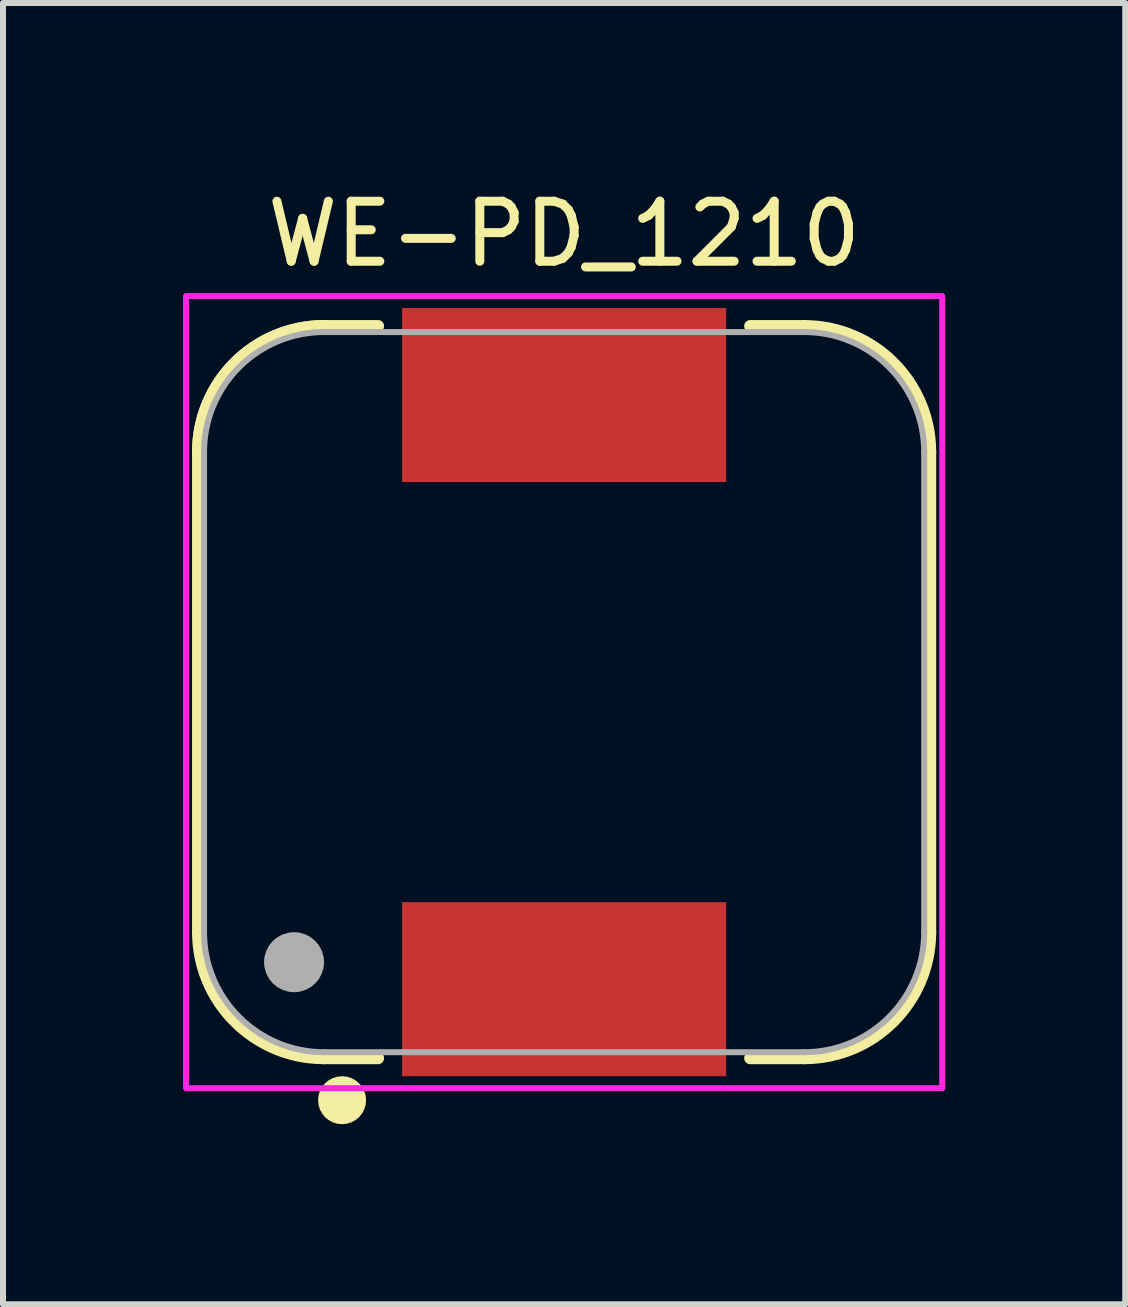
<source format=kicad_pcb>
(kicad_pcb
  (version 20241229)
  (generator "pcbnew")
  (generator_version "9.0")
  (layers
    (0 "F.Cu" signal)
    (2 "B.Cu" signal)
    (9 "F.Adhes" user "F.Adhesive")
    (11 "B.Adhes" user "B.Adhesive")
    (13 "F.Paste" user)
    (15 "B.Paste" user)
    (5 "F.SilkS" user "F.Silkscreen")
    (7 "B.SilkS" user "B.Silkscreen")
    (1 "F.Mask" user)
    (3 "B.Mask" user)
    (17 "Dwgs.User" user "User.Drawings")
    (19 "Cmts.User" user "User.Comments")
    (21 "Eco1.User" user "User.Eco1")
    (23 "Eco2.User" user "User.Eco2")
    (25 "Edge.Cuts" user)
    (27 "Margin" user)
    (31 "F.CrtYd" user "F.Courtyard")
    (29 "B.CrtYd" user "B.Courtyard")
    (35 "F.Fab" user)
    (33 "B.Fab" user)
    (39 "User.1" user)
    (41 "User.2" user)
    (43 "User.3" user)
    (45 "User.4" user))
  (footprint "WE-PD_1210"
    (layer "F.Cu")
    (at 6.35 8.483)
    (property "Reference" "WE-PD_1210" (at 0 -7.635 0) (layer "F.SilkS") (effects (font (size 1 1) (thickness 0.15))))
    (attr smd)
    (fp_line (start -6.1 4) (end -6.1 -4) (stroke (width 0.2) (type solid)) (layer "F.SilkS"))
    (fp_line (start -4 -6.1) (end -3.1 -6.1) (stroke (width 0.2) (type solid)) (layer "F.SilkS"))
    (fp_line (start -3.1 6.1) (end -4 6.1) (stroke (width 0.2) (type solid)) (layer "F.SilkS"))
    (fp_line (start 3.1 6.1) (end 4 6.1) (stroke (width 0.2) (type solid)) (layer "F.SilkS"))
    (fp_line (start 4 -6.1) (end 3.1 -6.1) (stroke (width 0.2) (type solid)) (layer "F.SilkS"))
    (fp_line (start 6.1 4) (end 6.1 -4) (stroke (width 0.2) (type solid)) (layer "F.SilkS"))
    (fp_arc (start -6.1 -4) (mid -5.484924 -5.484924) (end -4 -6.1) (stroke (width 0.2) (type solid)) (layer "F.SilkS"))
    (fp_arc (start -6.1 -4) (mid -5.484924 -5.484924) (end -4 -6.1) (stroke (width 0.2) (type solid)) (layer "F.SilkS"))
    (fp_arc (start -4 6.1) (mid -5.484924 5.484924) (end -6.1 4) (stroke (width 0.2) (type solid)) (layer "F.SilkS"))
    (fp_arc (start 4 -6.1) (mid 5.484924 -5.484924) (end 6.1 -4) (stroke (width 0.2) (type solid)) (layer "F.SilkS"))
    (fp_arc (start 6.1 4) (mid 5.484924 5.484924) (end 4 6.1) (stroke (width 0.2) (type solid)) (layer "F.SilkS"))
    (fp_circle (center -3.7 6.8) (end -3.5 6.8) (stroke (width 0.4) (type solid)) (fill no) (layer "F.SilkS"))
    (fp_poly (pts (xy -6.3 6.6) (xy -6.3 -6.6) (xy 6.3 -6.6) (xy 6.3 6.6)) (stroke (width 0.1) (type solid)) (fill no) (layer "F.CrtYd"))
    (fp_line (start -6 4) (end -6 -4) (stroke (width 0.1) (type solid)) (layer "F.Fab"))
    (fp_line (start -4 6) (end 4 6) (stroke (width 0.1) (type solid)) (layer "F.Fab"))
    (fp_line (start 4 -6) (end -4 -6) (stroke (width 0.1) (type solid)) (layer "F.Fab"))
    (fp_line (start 6 4) (end 6 -4) (stroke (width 0.1) (type solid)) (layer "F.Fab"))
    (fp_arc (start -6 -4) (mid -5.414214 -5.414214) (end -4 -6) (stroke (width 0.1) (type solid)) (layer "F.Fab"))
    (fp_arc (start -4 6) (mid -5.414214 5.414214) (end -6 4) (stroke (width 0.1) (type solid)) (layer "F.Fab"))
    (fp_arc (start 4 -6) (mid 5.414214 -5.414214) (end 6 -4) (stroke (width 0.1) (type solid)) (layer "F.Fab"))
    (fp_arc (start 6 4) (mid 5.414214 5.414214) (end 4 6) (stroke (width 0.1) (type solid)) (layer "F.Fab"))
    (fp_circle (center -4.5 4.5) (end -4.25 4.5) (stroke (width 0.5) (type solid)) (fill no) (layer "F.Fab"))
    (pad "1" smd rect (at 0 4.95 180) (size 5.4 2.9) (layers "F.Cu" "F.Mask" "F.Paste"))
    (pad "2" smd rect (at 0 -4.95 180) (size 5.4 2.9) (layers "F.Cu" "F.Mask" "F.Paste"))
    (zone (net_name "") (layer "F.Cu") (hatch full 0.508) (connect_pads) (min_thickness 0.1) (filled_areas_thickness no) (keepout (tracks not_allowed) (vias not_allowed) (pads not_allowed) (copperpour not_allowed) (footprints allowed)) (placement (enabled no)) (fill) (polygon (pts (xy 0.35 4.483) (xy 0.35 12.483) (xy 0.353 12.588) (xy 0.361 12.692) (xy 0.375 12.796) (xy 0.394 12.899) (xy 0.418 13.001) (xy 0.448 13.101) (xy 0.483 13.2) (xy 0.523 13.296) (xy 0.568 13.391) (xy 0.618 13.483) (xy 0.673 13.572) (xy 0.732 13.659) (xy 0.796 13.742) (xy 0.864 13.821) (xy 0.936 13.897) (xy 1.012 13.969) (xy 1.091 14.037) (xy 1.174 14.101) (xy 1.261 14.16) (xy 1.35 14.215) (xy 1.442 14.265) (xy 1.537 14.31) (xy 1.633 14.35) (xy 1.732 14.385) (xy 1.832 14.415) (xy 1.934 14.439) (xy 2.037 14.458) (xy 2.141 14.472) (xy 2.245 14.48) (xy 2.35 14.483) (xy 3.45 14.483) (xy 3.45 11.783) (xy 9.25 11.783) (xy 9.25 14.483) (xy 10.35 14.483) (xy 10.455 14.48) (xy 10.559 14.472) (xy 10.663 14.458) (xy 10.766 14.439) (xy 10.868 14.415) (xy 10.968 14.385) (xy 11.067 14.35) (xy 11.163 14.31) (xy 11.258 14.265) (xy 11.35 14.215) (xy 11.439 14.16) (xy 11.526 14.101) (xy 11.609 14.037) (xy 11.688 13.969) (xy 11.764 13.897) (xy 11.836 13.821) (xy 11.904 13.742) (xy 11.968 13.659) (xy 12.027 13.572) (xy 12.082 13.483) (xy 12.132 13.391) (xy 12.177 13.296) (xy 12.217 13.2) (xy 12.252 13.101) (xy 12.282 13.001) (xy 12.306 12.899) (xy 12.325 12.796) (xy 12.339 12.692) (xy 12.347 12.588) (xy 12.35 12.483) (xy 12.35 4.483) (xy 12.347 4.378) (xy 12.339 4.274) (xy 12.325 4.17) (xy 12.306 4.067) (xy 12.282 3.965) (xy 12.252 3.865) (xy 12.217 3.766) (xy 12.177 3.67) (xy 12.132 3.575) (xy 12.082 3.483) (xy 12.027 3.394) (xy 11.968 3.307) (xy 11.904 3.224) (xy 11.836 3.145) (xy 11.764 3.069) (xy 11.688 2.997) (xy 11.609 2.929) (xy 11.526 2.865) (xy 11.439 2.806) (xy 11.35 2.751) (xy 11.258 2.701) (xy 11.163 2.656) (xy 11.067 2.616) (xy 10.968 2.581) (xy 10.868 2.551) (xy 10.766 2.527) (xy 10.663 2.508) (xy 10.559 2.494) (xy 10.455 2.486) (xy 10.35 2.483) (xy 9.25 2.483) (xy 9.25 5.183) (xy 3.45 5.183) (xy 3.45 2.483) (xy 2.35 2.483) (xy 2.245 2.486) (xy 2.141 2.494) (xy 2.037 2.508) (xy 1.934 2.527) (xy 1.832 2.551) (xy 1.732 2.581) (xy 1.633 2.616) (xy 1.537 2.656) (xy 1.442 2.701) (xy 1.35 2.751) (xy 1.261 2.806) (xy 1.174 2.865) (xy 1.091 2.929) (xy 1.012 2.997) (xy 0.936 3.069) (xy 0.864 3.145) (xy 0.796 3.224) (xy 0.732 3.307) (xy 0.673 3.394) (xy 0.618 3.483) (xy 0.568 3.575) (xy 0.523 3.67) (xy 0.483 3.766) (xy 0.448 3.865) (xy 0.418 3.965) (xy 0.394 4.067) (xy 0.375 4.17) (xy 0.361 4.274) (xy 0.353 4.378))))
    (zone (net_name "") (layers "F.Cu" "B.Cu") (hatch full 0.508) (connect_pads) (min_thickness 0.1) (filled_areas_thickness no) (keepout (tracks allowed) (vias not_allowed) (pads allowed) (copperpour allowed) (footprints allowed)) (placement (enabled no)) (fill) (polygon (pts (xy 0.35 4.483) (xy 0.35 12.483) (xy 0.353 12.588) (xy 0.361 12.692) (xy 0.375 12.796) (xy 0.394 12.899) (xy 0.418 13.001) (xy 0.448 13.101) (xy 0.483 13.2) (xy 0.523 13.296) (xy 0.568 13.391) (xy 0.618 13.483) (xy 0.673 13.572) (xy 0.732 13.659) (xy 0.796 13.742) (xy 0.864 13.821) (xy 0.936 13.897) (xy 1.012 13.969) (xy 1.091 14.037) (xy 1.174 14.101) (xy 1.261 14.16) (xy 1.35 14.215) (xy 1.442 14.265) (xy 1.537 14.31) (xy 1.633 14.35) (xy 1.732 14.385) (xy 1.832 14.415) (xy 1.934 14.439) (xy 2.037 14.458) (xy 2.141 14.472) (xy 2.245 14.48) (xy 2.35 14.483) (xy 3.45 14.483) (xy 3.45 11.783) (xy 9.25 11.783) (xy 9.25 14.483) (xy 10.35 14.483) (xy 10.455 14.48) (xy 10.559 14.472) (xy 10.663 14.458) (xy 10.766 14.439) (xy 10.868 14.415) (xy 10.968 14.385) (xy 11.067 14.35) (xy 11.163 14.31) (xy 11.258 14.265) (xy 11.35 14.215) (xy 11.439 14.16) (xy 11.526 14.101) (xy 11.609 14.037) (xy 11.688 13.969) (xy 11.764 13.897) (xy 11.836 13.821) (xy 11.904 13.742) (xy 11.968 13.659) (xy 12.027 13.572) (xy 12.082 13.483) (xy 12.132 13.391) (xy 12.177 13.296) (xy 12.217 13.2) (xy 12.252 13.101) (xy 12.282 13.001) (xy 12.306 12.899) (xy 12.325 12.796) (xy 12.339 12.692) (xy 12.347 12.588) (xy 12.35 12.483) (xy 12.35 4.483) (xy 12.347 4.378) (xy 12.339 4.274) (xy 12.325 4.17) (xy 12.306 4.067) (xy 12.282 3.965) (xy 12.252 3.865) (xy 12.217 3.766) (xy 12.177 3.67) (xy 12.132 3.575) (xy 12.082 3.483) (xy 12.027 3.394) (xy 11.968 3.307) (xy 11.904 3.224) (xy 11.836 3.145) (xy 11.764 3.069) (xy 11.688 2.997) (xy 11.609 2.929) (xy 11.526 2.865) (xy 11.439 2.806) (xy 11.35 2.751) (xy 11.258 2.701) (xy 11.163 2.656) (xy 11.067 2.616) (xy 10.968 2.581) (xy 10.868 2.551) (xy 10.766 2.527) (xy 10.663 2.508) (xy 10.559 2.494) (xy 10.455 2.486) (xy 10.35 2.483) (xy 9.25 2.483) (xy 9.25 5.183) (xy 3.45 5.183) (xy 3.45 2.483) (xy 2.35 2.483) (xy 2.245 2.486) (xy 2.141 2.494) (xy 2.037 2.508) (xy 1.934 2.527) (xy 1.832 2.551) (xy 1.732 2.581) (xy 1.633 2.616) (xy 1.537 2.656) (xy 1.442 2.701) (xy 1.35 2.751) (xy 1.261 2.806) (xy 1.174 2.865) (xy 1.091 2.929) (xy 1.012 2.997) (xy 0.936 3.069) (xy 0.864 3.145) (xy 0.796 3.224) (xy 0.732 3.307) (xy 0.673 3.394) (xy 0.618 3.483) (xy 0.568 3.575) (xy 0.523 3.67) (xy 0.483 3.766) (xy 0.448 3.865) (xy 0.418 3.965) (xy 0.394 4.067) (xy 0.375 4.17) (xy 0.361 4.274) (xy 0.353 4.378)))))
  (gr_rect
    (start -3 -3)
    (end 15.7 18.683)
    (stroke (width 0.1) (type default))
    (fill no)
    (layer "Edge.Cuts")))
</source>
